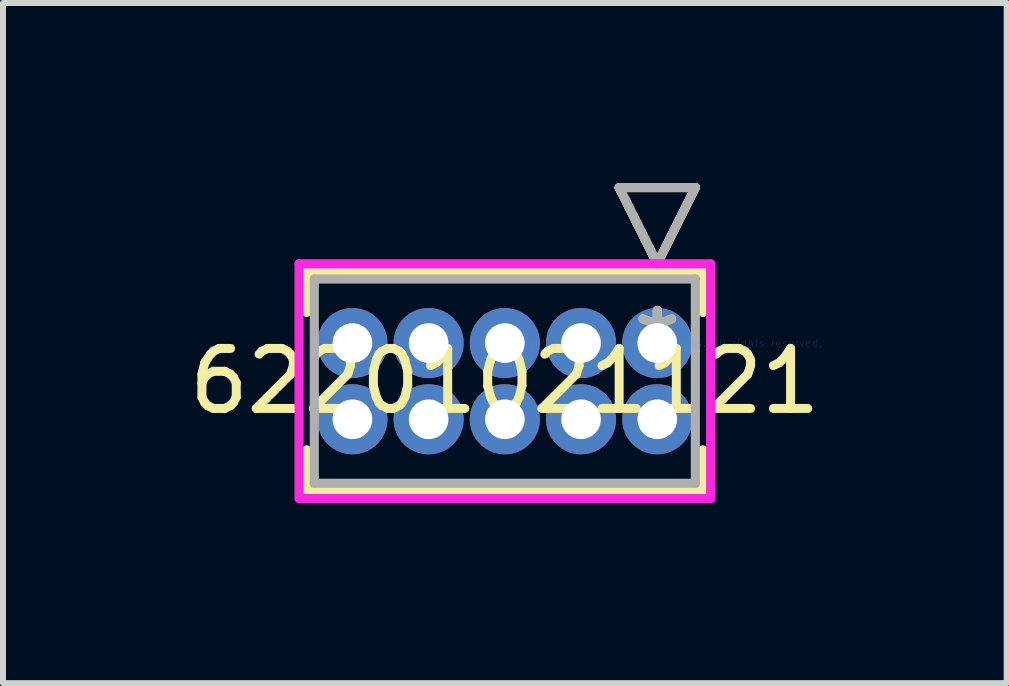
<source format=kicad_pcb>
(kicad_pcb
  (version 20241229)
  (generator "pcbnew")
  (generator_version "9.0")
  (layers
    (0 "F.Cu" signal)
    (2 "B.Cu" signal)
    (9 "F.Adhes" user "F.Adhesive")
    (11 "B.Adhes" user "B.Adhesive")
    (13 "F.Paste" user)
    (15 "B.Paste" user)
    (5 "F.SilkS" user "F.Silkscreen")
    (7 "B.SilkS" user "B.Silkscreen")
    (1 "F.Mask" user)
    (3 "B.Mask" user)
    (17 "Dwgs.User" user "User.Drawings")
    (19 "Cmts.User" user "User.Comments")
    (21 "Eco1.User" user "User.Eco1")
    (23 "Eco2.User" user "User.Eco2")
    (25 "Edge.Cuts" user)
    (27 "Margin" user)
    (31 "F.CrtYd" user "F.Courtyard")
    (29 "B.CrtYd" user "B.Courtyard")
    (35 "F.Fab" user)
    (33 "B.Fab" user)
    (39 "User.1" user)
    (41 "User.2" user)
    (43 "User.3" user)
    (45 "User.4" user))
  (footprint "62201021121"
    (layer "F.Cu")
    (at 7.903 2.667)
    (property "Reference" "62201021121" (at -2.54 0.635 0) (layer "F.SilkS") (effects (font (size 1 1) (thickness 0.15))))
    (attr through_hole)
    (fp_line (start -5.842 -1.194) (end -5.842 -0.51) (stroke (width 0.152) (type solid)) (layer "F.SilkS"))
    (fp_line (start -5.842 1.78) (end -5.842 2.464) (stroke (width 0.152) (type solid)) (layer "F.SilkS"))
    (fp_line (start -5.842 2.464) (end 0.762 2.464) (stroke (width 0.152) (type solid)) (layer "F.SilkS"))
    (fp_line (start -0.635 -2.591) (end 0.635 -2.591) (stroke (width 0.152) (type solid)) (layer "F.SilkS"))
    (fp_line (start 0 -1.321) (end -0.635 -2.591) (stroke (width 0.152) (type solid)) (layer "F.SilkS"))
    (fp_line (start 0.635 -2.591) (end 0 -1.321) (stroke (width 0.152) (type solid)) (layer "F.SilkS"))
    (fp_line (start 0.762 -1.194) (end -5.842 -1.194) (stroke (width 0.152) (type solid)) (layer "F.SilkS"))
    (fp_line (start 0.762 -0.51) (end 0.762 -1.194) (stroke (width 0.152) (type solid)) (layer "F.SilkS"))
    (fp_line (start 0.762 2.464) (end 0.762 1.78) (stroke (width 0.152) (type solid)) (layer "F.SilkS"))
    (fp_line (start -5.969 -1.321) (end -5.969 2.591) (stroke (width 0.152) (type solid)) (layer "F.CrtYd"))
    (fp_line (start -5.969 2.591) (end 0.889 2.591) (stroke (width 0.152) (type solid)) (layer "F.CrtYd"))
    (fp_line (start 0.889 -1.321) (end -5.969 -1.321) (stroke (width 0.152) (type solid)) (layer "F.CrtYd"))
    (fp_line (start 0.889 2.591) (end 0.889 -1.321) (stroke (width 0.152) (type solid)) (layer "F.CrtYd"))
    (fp_line (start -5.715 -1.067) (end -5.715 2.337) (stroke (width 0.152) (type solid)) (layer "F.Fab"))
    (fp_line (start -5.715 2.337) (end 0.635 2.337) (stroke (width 0.152) (type solid)) (layer "F.Fab"))
    (fp_line (start -0.635 -2.591) (end 0.635 -2.591) (stroke (width 0.152) (type solid)) (layer "F.Fab"))
    (fp_line (start 0 -1.321) (end -0.635 -2.591) (stroke (width 0.152) (type solid)) (layer "F.Fab"))
    (fp_line (start 0.635 -2.591) (end 0 -1.321) (stroke (width 0.152) (type solid)) (layer "F.Fab"))
    (fp_line (start 0.635 -1.067) (end -5.715 -1.067) (stroke (width 0.152) (type solid)) (layer "F.Fab"))
    (fp_line (start 0.635 2.337) (end 0.635 -1.067) (stroke (width 0.152) (type solid)) (layer "F.Fab"))
    (fp_text user "*" (at 0 0 0) (layer "F.SilkS") (effects (font (size 1 1) (thickness 0.15))))
    (fp_text user "Copyright 2016 Accelerated Designs. All rights reserved." (at 0 0 0) (layer "Cmts.User") (effects (font (size 0.127 0.127) (thickness 0.002))))
    (fp_text user "*" (at 0 0 0) (layer "F.Fab") (effects (font (size 1 1) (thickness 0.15))))
    (pad "1" thru_hole circle (at 0 0) (size 1.168 1.168) (drill 0.66) (layers "*.Cu" "*.Mask"))
    (pad "2" thru_hole circle (at 0 1.27) (size 1.168 1.168) (drill 0.66) (layers "*.Cu" "*.Mask"))
    (pad "3" thru_hole circle (at -1.27 0) (size 1.168 1.168) (drill 0.66) (layers "*.Cu" "*.Mask"))
    (pad "4" thru_hole circle (at -1.27 1.27) (size 1.168 1.168) (drill 0.66) (layers "*.Cu" "*.Mask"))
    (pad "5" thru_hole circle (at -2.54 0) (size 1.168 1.168) (drill 0.66) (layers "*.Cu" "*.Mask"))
    (pad "6" thru_hole circle (at -2.54 1.27) (size 1.168 1.168) (drill 0.66) (layers "*.Cu" "*.Mask"))
    (pad "7" thru_hole circle (at -3.81 0) (size 1.168 1.168) (drill 0.66) (layers "*.Cu" "*.Mask"))
    (pad "8" thru_hole circle (at -3.81 1.27) (size 1.168 1.168) (drill 0.66) (layers "*.Cu" "*.Mask"))
    (pad "9" thru_hole circle (at -5.08 0) (size 1.168 1.168) (drill 0.66) (layers "*.Cu" "*.Mask"))
    (pad "10" thru_hole circle (at -5.08 1.27) (size 1.168 1.168) (drill 0.66) (layers "*.Cu" "*.Mask")))
  (gr_rect
    (start -3 -3)
    (end 13.726 8.334)
    (stroke (width 0.1) (type default))
    (fill no)
    (layer "Edge.Cuts")))
</source>
